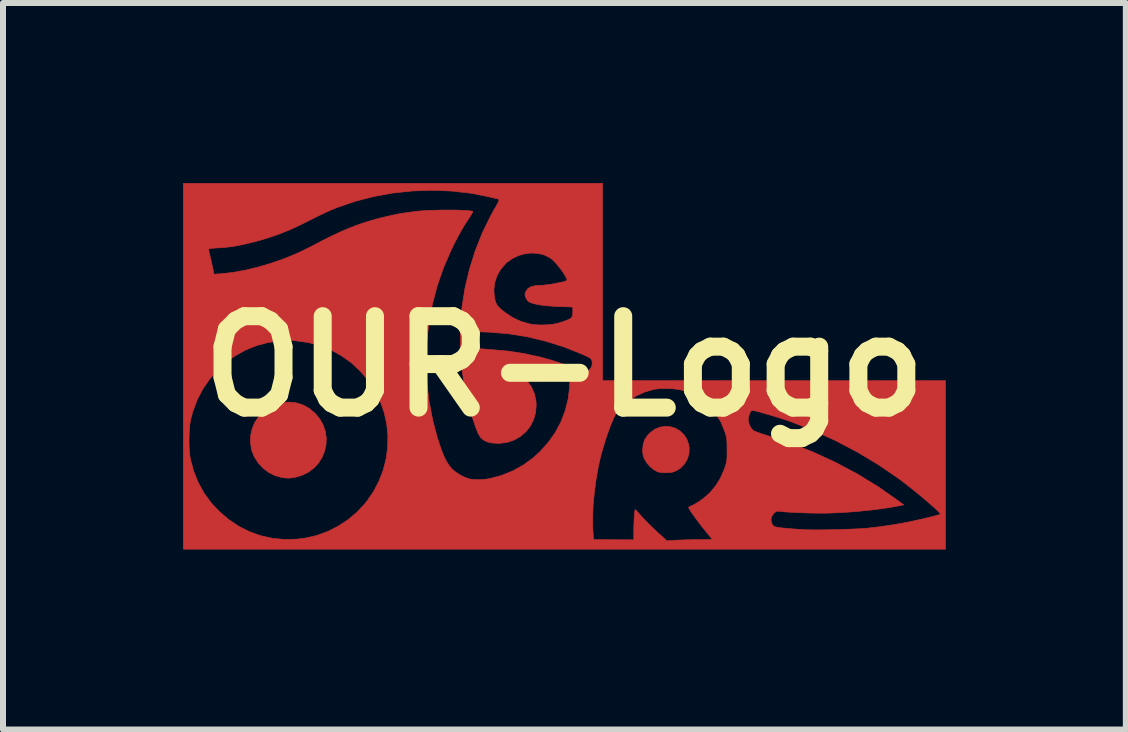
<source format=kicad_pcb>
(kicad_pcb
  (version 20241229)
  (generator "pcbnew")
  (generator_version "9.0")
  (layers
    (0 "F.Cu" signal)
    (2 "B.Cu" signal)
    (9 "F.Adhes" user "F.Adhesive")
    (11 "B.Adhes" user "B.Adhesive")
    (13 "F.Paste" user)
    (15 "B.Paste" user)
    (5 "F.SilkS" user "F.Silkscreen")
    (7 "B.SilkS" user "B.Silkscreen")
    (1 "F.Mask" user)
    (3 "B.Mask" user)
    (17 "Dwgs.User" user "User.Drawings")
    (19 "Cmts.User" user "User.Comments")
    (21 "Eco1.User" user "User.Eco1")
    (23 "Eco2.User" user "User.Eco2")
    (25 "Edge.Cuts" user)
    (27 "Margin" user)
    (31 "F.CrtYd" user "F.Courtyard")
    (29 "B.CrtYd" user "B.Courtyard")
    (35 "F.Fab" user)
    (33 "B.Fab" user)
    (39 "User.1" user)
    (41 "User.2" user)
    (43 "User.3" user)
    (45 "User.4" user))
  (footprint "OUR-Logo"
    (layer "F.Cu")
    (at 6.355 3.053)
    (property "Reference" "OUR-Logo" (at 0 0 0) (layer "F.SilkS") (effects (font (size 1.524 1.524) (thickness 0.3))))
    (attr through_hole)
    (fp_poly (pts (xy 1.767 1.008) (xy 1.849 1.033) (xy 1.923 1.076) (xy 1.987 1.135) (xy 2.037 1.209) (xy 2.069 1.297) (xy 2.079 1.358) (xy 2.076 1.453) (xy 2.049 1.544) (xy 2.002 1.626) (xy 1.937 1.694) (xy 1.879 1.733) (xy 1.836 1.753) (xy 1.796 1.766) (xy 1.747 1.772) (xy 1.708 1.774) (xy 1.624 1.772) (xy 1.561 1.761) (xy 1.553 1.758) (xy 1.493 1.726) (xy 1.432 1.677) (xy 1.378 1.617) (xy 1.339 1.554) (xy 1.338 1.554) (xy 1.318 1.506) (xy 1.307 1.46) (xy 1.304 1.404) (xy 1.304 1.393) (xy 1.313 1.298) (xy 1.341 1.217) (xy 1.391 1.145) (xy 1.43 1.106) (xy 1.509 1.049) (xy 1.594 1.014) (xy 1.681 1.001) (xy 1.767 1.008)) (stroke (width 0.01) (type solid)) (fill yes) (layer "F.Cu"))
    (fp_poly (pts (xy -4.474 0.608) (xy -4.359 0.643) (xy -4.254 0.701) (xy -4.158 0.781) (xy -4.078 0.876) (xy -4.02 0.979) (xy -3.984 1.087) (xy -3.968 1.198) (xy -3.973 1.308) (xy -3.996 1.416) (xy -4.038 1.518) (xy -4.097 1.612) (xy -4.173 1.694) (xy -4.265 1.764) (xy -4.372 1.817) (xy -4.477 1.848) (xy -4.54 1.859) (xy -4.591 1.864) (xy -4.643 1.862) (xy -4.706 1.853) (xy -4.712 1.852) (xy -4.822 1.822) (xy -4.926 1.77) (xy -5.02 1.699) (xy -5.101 1.612) (xy -5.165 1.513) (xy -5.209 1.406) (xy -5.213 1.39) (xy -5.232 1.269) (xy -5.228 1.151) (xy -5.202 1.038) (xy -5.157 0.932) (xy -5.093 0.837) (xy -5.014 0.754) (xy -4.921 0.686) (xy -4.816 0.636) (xy -4.701 0.605) (xy -4.597 0.597) (xy -4.474 0.608)) (stroke (width 0.01) (type solid)) (fill yes) (layer "F.Cu"))
    (fp_poly (pts (xy 0.635 0.241) (xy 6.35 0.241) (xy 6.35 3.048) (xy -6.35 3.048) (xy -6.35 1.181) (xy -6.255 1.181) (xy -6.255 1.289) (xy -6.251 1.394) (xy -6.242 1.487) (xy -6.232 1.549) (xy -6.177 1.751) (xy -6.102 1.937) (xy -6.007 2.111) (xy -5.889 2.272) (xy -5.755 2.416) (xy -5.597 2.552) (xy -5.428 2.666) (xy -5.25 2.756) (xy -5.062 2.823) (xy -4.867 2.867) (xy -4.666 2.886) (xy -4.459 2.881) (xy -4.316 2.863) (xy -4.128 2.82) (xy -3.944 2.753) (xy -3.769 2.664) (xy -3.605 2.556) (xy -3.556 2.515) (xy 0.471 2.515) (xy 0.473 2.704) (xy 0.478 2.788) (xy 0.486 2.889) (xy 0.821 2.891) (xy 1.156 2.892) (xy 1.156 2.756) (xy 1.156 2.684) (xy 1.159 2.612) (xy 1.162 2.542) (xy 1.166 2.481) (xy 1.17 2.432) (xy 1.175 2.4) (xy 1.18 2.389) (xy 1.191 2.398) (xy 1.215 2.423) (xy 1.248 2.459) (xy 1.288 2.504) (xy 1.289 2.505) (xy 1.336 2.556) (xy 1.395 2.617) (xy 1.461 2.681) (xy 1.526 2.743) (xy 1.549 2.765) (xy 1.708 2.909) (xy 1.86 2.899) (xy 1.928 2.896) (xy 2.011 2.893) (xy 2.103 2.891) (xy 2.195 2.889) (xy 2.238 2.889) (xy 2.311 2.889) (xy 2.374 2.888) (xy 2.423 2.888) (xy 2.454 2.886) (xy 2.464 2.885) (xy 2.456 2.875) (xy 2.436 2.849) (xy 2.405 2.811) (xy 2.377 2.777) (xy 2.323 2.711) (xy 2.268 2.641) (xy 2.216 2.572) (xy 2.168 2.508) (xy 2.127 2.45) (xy 2.096 2.402) (xy 2.076 2.369) (xy 2.07 2.353) (xy 2.081 2.342) (xy 2.107 2.329) (xy 2.114 2.326) (xy 2.166 2.301) (xy 2.23 2.263) (xy 2.298 2.215) (xy 2.364 2.162) (xy 2.422 2.109) (xy 2.426 2.105) (xy 2.521 1.992) (xy 2.601 1.861) (xy 2.664 1.717) (xy 2.669 1.702) (xy 2.685 1.654) (xy 2.696 1.614) (xy 2.704 1.577) (xy 2.708 1.536) (xy 2.71 1.485) (xy 2.71 1.416) (xy 2.71 1.391) (xy 2.71 1.315) (xy 2.708 1.258) (xy 2.705 1.214) (xy 2.698 1.175) (xy 2.688 1.136) (xy 2.673 1.089) (xy 2.67 1.079) (xy 2.607 0.928) (xy 2.583 0.889) (xy 3.061 0.889) (xy 3.071 0.945) (xy 3.095 1.003) (xy 3.129 1.053) (xy 3.139 1.063) (xy 3.166 1.08) (xy 3.214 1.1) (xy 3.28 1.123) (xy 3.341 1.142) (xy 3.745 1.273) (xy 4.137 1.427) (xy 4.517 1.601) (xy 4.883 1.796) (xy 5.235 2.012) (xy 5.541 2.226) (xy 5.654 2.309) (xy 5.592 2.322) (xy 5.454 2.348) (xy 5.295 2.372) (xy 5.122 2.394) (xy 4.94 2.413) (xy 4.753 2.429) (xy 4.568 2.44) (xy 4.432 2.446) (xy 4.334 2.448) (xy 4.225 2.448) (xy 4.109 2.446) (xy 3.991 2.443) (xy 3.876 2.438) (xy 3.77 2.433) (xy 3.677 2.427) (xy 3.603 2.419) (xy 3.587 2.417) (xy 3.551 2.414) (xy 3.527 2.421) (xy 3.501 2.44) (xy 3.487 2.455) (xy 3.451 2.505) (xy 3.441 2.56) (xy 3.456 2.617) (xy 3.466 2.637) (xy 3.474 2.649) (xy 3.484 2.66) (xy 3.497 2.669) (xy 3.516 2.676) (xy 3.544 2.683) (xy 3.584 2.689) (xy 3.637 2.695) (xy 3.707 2.701) (xy 3.795 2.709) (xy 3.905 2.717) (xy 3.981 2.723) (xy 4.032 2.725) (xy 4.104 2.726) (xy 4.193 2.727) (xy 4.295 2.726) (xy 4.405 2.724) (xy 4.519 2.722) (xy 4.632 2.719) (xy 4.742 2.715) (xy 4.843 2.711) (xy 4.931 2.707) (xy 5.001 2.702) (xy 5.036 2.699) (xy 5.203 2.68) (xy 5.355 2.66) (xy 5.504 2.637) (xy 5.658 2.61) (xy 5.664 2.609) (xy 5.732 2.595) (xy 5.809 2.579) (xy 5.891 2.561) (xy 5.973 2.543) (xy 6.053 2.524) (xy 6.125 2.506) (xy 6.186 2.49) (xy 6.232 2.477) (xy 6.259 2.468) (xy 6.265 2.465) (xy 6.26 2.453) (xy 6.237 2.427) (xy 6.199 2.389) (xy 6.148 2.342) (xy 6.086 2.287) (xy 6.015 2.227) (xy 5.938 2.162) (xy 5.857 2.095) (xy 5.775 2.029) (xy 5.692 1.964) (xy 5.613 1.904) (xy 5.539 1.849) (xy 5.537 1.848) (xy 5.214 1.629) (xy 4.873 1.425) (xy 4.518 1.239) (xy 4.153 1.072) (xy 3.781 0.926) (xy 3.759 0.918) (xy 3.695 0.896) (xy 3.62 0.872) (xy 3.54 0.847) (xy 3.457 0.821) (xy 3.376 0.798) (xy 3.3 0.776) (xy 3.233 0.757) (xy 3.178 0.743) (xy 3.139 0.735) (xy 3.12 0.733) (xy 3.12 0.733) (xy 3.104 0.753) (xy 3.087 0.788) (xy 3.072 0.83) (xy 3.063 0.871) (xy 3.061 0.889) (xy 2.583 0.889) (xy 2.523 0.792) (xy 2.421 0.67) (xy 2.302 0.566) (xy 2.167 0.481) (xy 2.019 0.416) (xy 1.988 0.406) (xy 1.907 0.387) (xy 1.81 0.375) (xy 1.706 0.37) (xy 1.605 0.371) (xy 1.513 0.381) (xy 1.48 0.387) (xy 1.334 0.431) (xy 1.195 0.495) (xy 1.068 0.577) (xy 0.956 0.674) (xy 0.872 0.773) (xy 0.841 0.823) (xy 0.807 0.895) (xy 0.77 0.984) (xy 0.732 1.086) (xy 0.694 1.197) (xy 0.657 1.315) (xy 0.622 1.435) (xy 0.592 1.552) (xy 0.567 1.664) (xy 0.566 1.666) (xy 0.528 1.882) (xy 0.499 2.099) (xy 0.479 2.312) (xy 0.471 2.515) (xy -3.556 2.515) (xy -3.454 2.429) (xy -3.321 2.286) (xy -3.296 2.255) (xy -3.181 2.088) (xy -3.089 1.911) (xy -3.018 1.727) (xy -2.97 1.538) (xy -2.945 1.346) (xy -2.942 1.152) (xy -2.961 0.96) (xy -3.003 0.771) (xy -3.068 0.587) (xy -3.155 0.41) (xy -3.265 0.243) (xy -3.268 0.238) (xy -3.403 0.08) (xy -3.552 -0.059) (xy -3.716 -0.176) (xy -3.891 -0.272) (xy -4.078 -0.346) (xy -4.274 -0.397) (xy -4.478 -0.425) (xy -4.528 -0.428) (xy -4.733 -0.425) (xy -4.934 -0.397) (xy -5.127 -0.345) (xy -5.313 -0.27) (xy -5.488 -0.173) (xy -5.652 -0.053) (xy -5.773 0.057) (xy -5.91 0.212) (xy -6.026 0.38) (xy -6.12 0.562) (xy -6.193 0.756) (xy -6.231 0.902) (xy -6.243 0.979) (xy -6.251 1.075) (xy -6.255 1.181) (xy -6.35 1.181) (xy -6.35 -1.955) (xy -5.931 -1.955) (xy -5.928 -1.939) (xy -5.921 -1.904) (xy -5.91 -1.856) (xy -5.9 -1.814) (xy -5.885 -1.75) (xy -5.871 -1.685) (xy -5.859 -1.63) (xy -5.854 -1.608) (xy -5.84 -1.534) (xy -5.717 -1.542) (xy -5.521 -1.564) (xy -5.312 -1.602) (xy -5.094 -1.655) (xy -4.874 -1.721) (xy -4.655 -1.798) (xy -4.443 -1.886) (xy -4.243 -1.983) (xy -4.216 -1.997) (xy -4.042 -2.089) (xy -3.884 -2.168) (xy -3.74 -2.236) (xy -3.604 -2.294) (xy -3.474 -2.345) (xy -3.344 -2.391) (xy -3.211 -2.431) (xy -3.071 -2.469) (xy -3.016 -2.483) (xy -2.881 -2.514) (xy -2.758 -2.539) (xy -2.636 -2.559) (xy -2.504 -2.576) (xy -2.429 -2.585) (xy -2.357 -2.591) (xy -2.274 -2.596) (xy -2.182 -2.599) (xy -2.085 -2.602) (xy -1.987 -2.603) (xy -1.89 -2.603) (xy -1.798 -2.602) (xy -1.714 -2.599) (xy -1.642 -2.596) (xy -1.584 -2.591) (xy -1.544 -2.585) (xy -1.525 -2.579) (xy -1.524 -2.577) (xy -1.531 -2.562) (xy -1.549 -2.532) (xy -1.575 -2.49) (xy -1.598 -2.455) (xy -1.66 -2.36) (xy -1.716 -2.267) (xy -1.77 -2.169) (xy -1.827 -2.06) (xy -1.884 -1.943) (xy -2.013 -1.647) (xy -2.119 -1.342) (xy -2.201 -1.029) (xy -2.26 -0.712) (xy -2.294 -0.39) (xy -2.306 -0.067) (xy -2.293 0.257) (xy -2.256 0.58) (xy -2.194 0.901) (xy -2.122 1.175) (xy -2.079 1.309) (xy -2.039 1.422) (xy -2.001 1.515) (xy -1.961 1.592) (xy -1.92 1.655) (xy -1.876 1.707) (xy -1.827 1.752) (xy -1.827 1.752) (xy -1.755 1.801) (xy -1.676 1.843) (xy -1.599 1.873) (xy -1.579 1.878) (xy -1.512 1.888) (xy -1.431 1.89) (xy -1.344 1.886) (xy -1.261 1.875) (xy -1.247 1.872) (xy -1.047 1.819) (xy -0.859 1.743) (xy -0.683 1.645) (xy -0.518 1.524) (xy -0.4 1.416) (xy -0.264 1.263) (xy -0.149 1.098) (xy -0.055 0.921) (xy 0.015 0.734) (xy 0.063 0.541) (xy 0.084 0.367) (xy 0.092 0.245) (xy -0.122 0.237) (xy -0.232 0.232) (xy -0.332 0.224) (xy -0.431 0.213) (xy -0.539 0.197) (xy -0.628 0.182) (xy -0.678 0.174) (xy -0.62 0.245) (xy -0.547 0.35) (xy -0.499 0.46) (xy -0.474 0.577) (xy -0.47 0.655) (xy -0.482 0.779) (xy -0.516 0.895) (xy -0.57 1) (xy -0.642 1.091) (xy -0.731 1.168) (xy -0.833 1.227) (xy -0.946 1.266) (xy -1.07 1.284) (xy -1.1 1.285) (xy -1.203 1.279) (xy -1.286 1.261) (xy -1.351 1.228) (xy -1.401 1.181) (xy -1.44 1.116) (xy -1.441 1.112) (xy -1.457 1.072) (xy -1.479 1.014) (xy -1.503 0.943) (xy -1.529 0.866) (xy -1.554 0.788) (xy -1.576 0.716) (xy -1.593 0.659) (xy -1.637 0.477) (xy -1.675 0.278) (xy -1.704 0.067) (xy -1.725 -0.146) (xy -1.736 -0.337) (xy -1.735 -0.439) (xy -1.537 -0.439) (xy -1.529 -0.386) (xy -1.508 -0.339) (xy -1.478 -0.307) (xy -1.473 -0.305) (xy -1.452 -0.299) (xy -1.411 -0.293) (xy -1.354 -0.288) (xy -1.286 -0.282) (xy -1.237 -0.279) (xy -0.95 -0.254) (xy -0.675 -0.212) (xy -0.403 -0.153) (xy -0.216 -0.101) (xy -0.149 -0.08) (xy -0.075 -0.055) (xy 0.004 -0.027) (xy 0.081 0.001) (xy 0.153 0.029) (xy 0.215 0.053) (xy 0.262 0.074) (xy 0.29 0.088) (xy 0.292 0.089) (xy 0.324 0.097) (xy 0.364 0.091) (xy 0.403 0.071) (xy 0.415 0.061) (xy 0.45 0.014) (xy 0.464 -0.042) (xy 0.458 -0.094) (xy 0.449 -0.114) (xy 0.435 -0.131) (xy 0.411 -0.147) (xy 0.373 -0.167) (xy 0.32 -0.191) (xy 0.007 -0.317) (xy -0.308 -0.417) (xy -0.625 -0.493) (xy -0.942 -0.543) (xy -1.253 -0.568) (xy -1.446 -0.575) (xy -1.492 -0.53) (xy -1.522 -0.495) (xy -1.535 -0.463) (xy -1.537 -0.439) (xy -1.735 -0.439) (xy -1.734 -0.657) (xy -1.708 -0.977) (xy -1.662 -1.267) (xy -1.176 -1.267) (xy -1.166 -1.144) (xy -1.163 -1.131) (xy -1.15 -1.079) (xy -1.132 -1.036) (xy -1.106 -0.998) (xy -1.067 -0.958) (xy -1.011 -0.913) (xy -0.991 -0.897) (xy -0.863 -0.812) (xy -0.729 -0.749) (xy -0.583 -0.706) (xy -0.578 -0.705) (xy -0.501 -0.693) (xy -0.409 -0.688) (xy -0.312 -0.689) (xy -0.22 -0.696) (xy -0.155 -0.706) (xy -0.091 -0.722) (xy -0.021 -0.744) (xy 0.034 -0.764) (xy 0.084 -0.786) (xy 0.115 -0.807) (xy 0.132 -0.834) (xy 0.138 -0.873) (xy 0.14 -0.922) (xy 0.14 -0.987) (xy -0.086 -0.995) (xy -0.204 -1.001) (xy -0.314 -1.01) (xy -0.411 -1.023) (xy -0.493 -1.039) (xy -0.555 -1.057) (xy -0.596 -1.077) (xy -0.597 -1.077) (xy -0.622 -1.105) (xy -0.643 -1.143) (xy -0.646 -1.151) (xy -0.657 -1.187) (xy -0.655 -1.214) (xy -0.642 -1.248) (xy -0.641 -1.25) (xy -0.606 -1.297) (xy -0.552 -1.328) (xy -0.479 -1.344) (xy -0.432 -1.346) (xy -0.365 -1.349) (xy -0.281 -1.359) (xy -0.19 -1.372) (xy -0.099 -1.39) (xy -0.029 -1.405) (xy 0.012 -1.416) (xy 0.035 -1.427) (xy 0.043 -1.442) (xy 0.036 -1.466) (xy 0.014 -1.505) (xy -0.004 -1.535) (xy -0.043 -1.595) (xy -0.091 -1.657) (xy -0.142 -1.717) (xy -0.191 -1.767) (xy -0.232 -1.802) (xy -0.237 -1.806) (xy -0.331 -1.853) (xy -0.435 -1.88) (xy -0.545 -1.887) (xy -0.657 -1.875) (xy -0.766 -1.844) (xy -0.869 -1.795) (xy -0.961 -1.729) (xy -0.982 -1.709) (xy -1.065 -1.611) (xy -1.125 -1.503) (xy -1.163 -1.388) (xy -1.176 -1.267) (xy -1.662 -1.267) (xy -1.658 -1.296) (xy -1.584 -1.61) (xy -1.488 -1.918) (xy -1.37 -2.217) (xy -1.23 -2.504) (xy -1.149 -2.649) (xy -1.116 -2.707) (xy -1.096 -2.747) (xy -1.089 -2.771) (xy -1.093 -2.782) (xy -1.111 -2.788) (xy -1.149 -2.798) (xy -1.203 -2.81) (xy -1.267 -2.825) (xy -1.338 -2.84) (xy -1.409 -2.854) (xy -1.477 -2.868) (xy -1.536 -2.878) (xy -1.568 -2.884) (xy -1.887 -2.92) (xy -2.21 -2.932) (xy -2.533 -2.921) (xy -2.854 -2.887) (xy -3.172 -2.83) (xy -3.482 -2.75) (xy -3.783 -2.647) (xy -3.828 -2.629) (xy -3.889 -2.604) (xy -3.965 -2.569) (xy -4.051 -2.529) (xy -4.14 -2.486) (xy -4.225 -2.443) (xy -4.23 -2.44) (xy -4.414 -2.349) (xy -4.584 -2.271) (xy -4.748 -2.205) (xy -4.911 -2.148) (xy -5.079 -2.097) (xy -5.206 -2.064) (xy -5.336 -2.033) (xy -5.45 -2.009) (xy -5.554 -1.992) (xy -5.656 -1.981) (xy -5.764 -1.973) (xy -5.769 -1.973) (xy -5.83 -1.969) (xy -5.88 -1.965) (xy -5.915 -1.96) (xy -5.931 -1.955) (xy -5.931 -1.955) (xy -6.35 -1.955) (xy -6.35 -3.048) (xy 0.635 -3.048) (xy 0.635 0.241)) (stroke (width 0.01) (type solid)) (fill yes) (layer "F.Cu")))
  (gr_rect
    (start -3 -3)
    (end 15.71 9.106)
    (stroke (width 0.1) (type default))
    (fill no)
    (layer "Edge.Cuts")))
</source>
